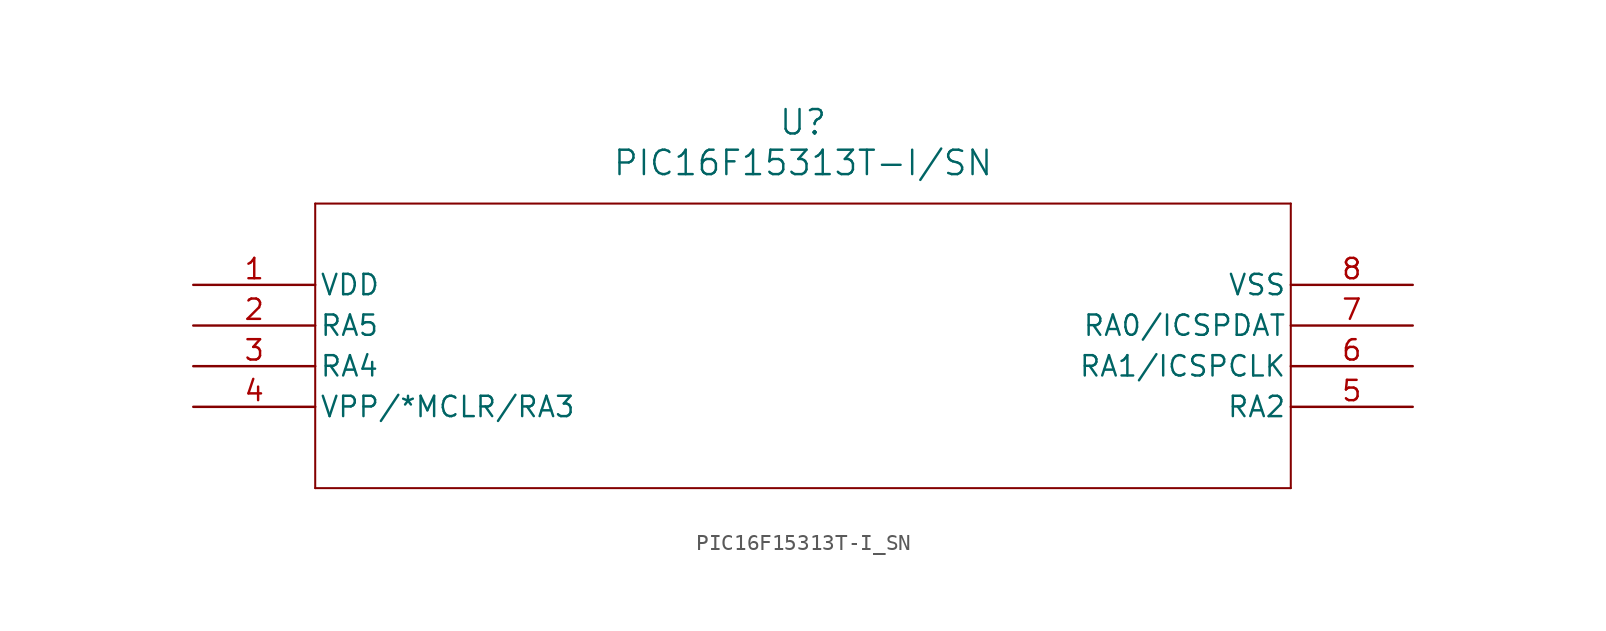
<source format=kicad_sym>
(kicad_symbol_lib
  (version 20211014)
  (generator kicad_symbol_editor)
  (symbol "PIC16F15313T-I_SN"
    (pin_names
      (offset 0.254))
    (property "Reference" "U"
      (at 38.1 10.16 0)
      (effects (font (size 1.524 1.524))))
    (property "Value" "PIC16F15313T-I/SN"
      (at 38.1 7.62 0)
      (effects (font (size 1.524 1.524))))
    (symbol "PIC16F15313T-I_SN_0_1"
      (polyline (pts (xy 7.62 5.08) (xy 7.62 -12.7)) (stroke (width 0.127) (type default) (color 0 0 0 0)) (fill (type none)))
      (polyline (pts (xy 7.62 -12.7) (xy 68.58 -12.7)) (stroke (width 0.127) (type default) (color 0 0 0 0)) (fill (type none)))
      (polyline (pts (xy 68.58 -12.7) (xy 68.58 5.08)) (stroke (width 0.127) (type default) (color 0 0 0 0)) (fill (type none)))
      (polyline (pts (xy 68.58 5.08) (xy 7.62 5.08)) (stroke (width 0.127) (type default) (color 0 0 0 0)) (fill (type none)))
      (pin power_in line (at 0 0 0) (length 7.62) (name "VDD" (effects (font (size 1.27 1.27)))) (number "1" (effects (font (size 1.27 1.27)))))
      (pin bidirectional line (at 0 -2.54 0) (length 7.62) (name "RA5" (effects (font (size 1.27 1.27)))) (number "2" (effects (font (size 1.27 1.27)))))
      (pin bidirectional line (at 0 -5.08 0) (length 7.62) (name "RA4" (effects (font (size 1.27 1.27)))) (number "3" (effects (font (size 1.27 1.27)))))
      (pin bidirectional line (at 0 -7.62 0) (length 7.62) (name "VPP/*MCLR/RA3" (effects (font (size 1.27 1.27)))) (number "4" (effects (font (size 1.27 1.27)))))
      (pin bidirectional line (at 76.2 -7.62 180) (length 7.62) (name "RA2" (effects (font (size 1.27 1.27)))) (number "5" (effects (font (size 1.27 1.27)))))
      (pin bidirectional line (at 76.2 -5.08 180) (length 7.62) (name "RA1/ICSPCLK" (effects (font (size 1.27 1.27)))) (number "6" (effects (font (size 1.27 1.27)))))
      (pin bidirectional line (at 76.2 -2.54 180) (length 7.62) (name "RA0/ICSPDAT" (effects (font (size 1.27 1.27)))) (number "7" (effects (font (size 1.27 1.27)))))
      (pin power_out line (at 76.2 0 180) (length 7.62) (name "VSS" (effects (font (size 1.27 1.27)))) (number "8" (effects (font (size 1.27 1.27))))))))
</source>
